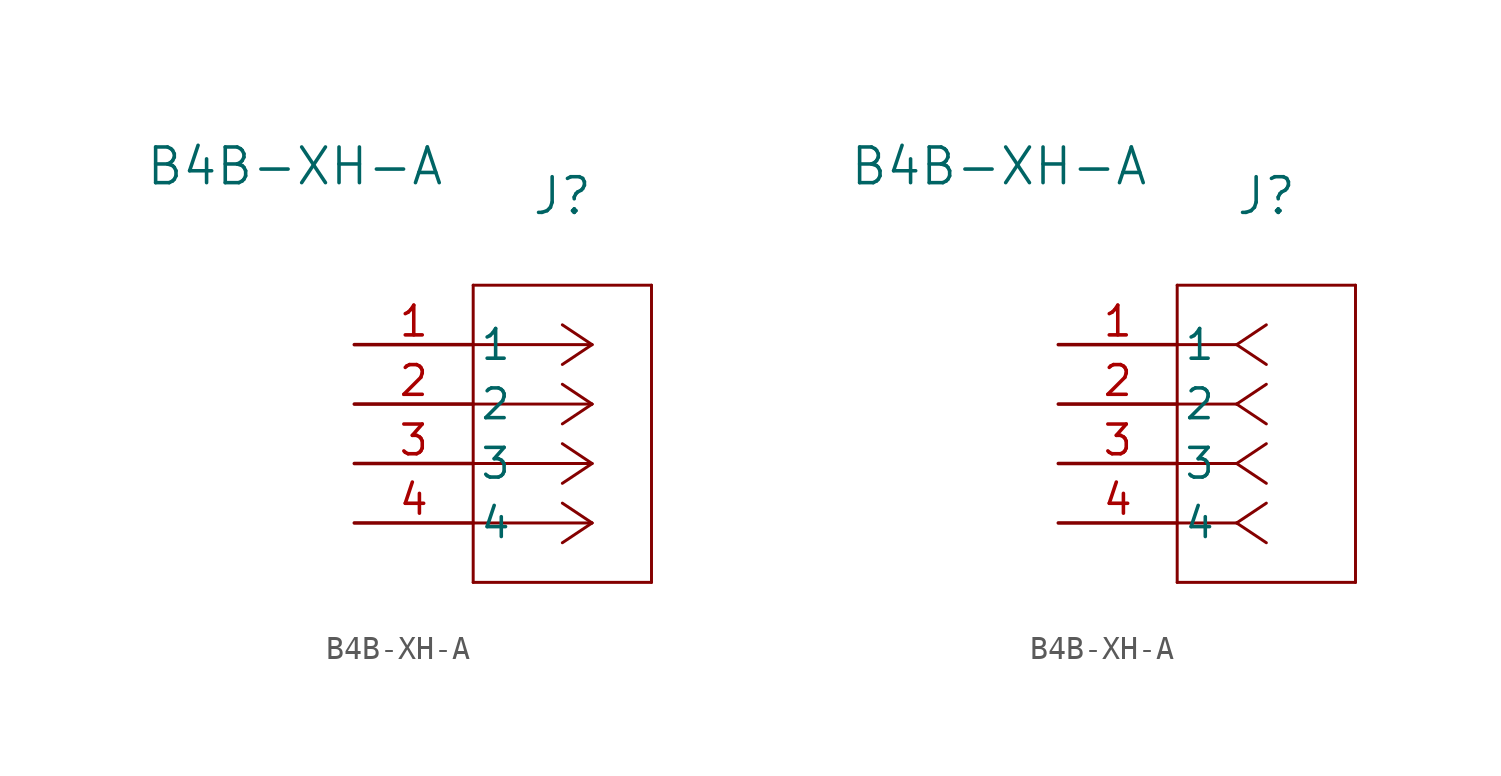
<source format=kicad_sym>
(kicad_symbol_lib
  (version 20220914)
  (generator kicad_symbol_editor)
  (symbol "B4B-XH-A"
    (pin_names
      (offset 0.254))
    (property "Reference" "J"
      (at 8.89 6.35 0)
      (effects (font (size 1.524 1.524))))
    (property "Value" "B4B-XH-A"
      (at -2.54 7.62 0)
      (effects (font (size 1.524 1.524))))
    (property "ki_locked" ""
      (at 0 0 0)
      (effects (font (size 1.27 1.27))))
    (symbol "B4B-XH-A_1_1"
      (polyline (pts (xy 5.08 -10.16) (xy 12.7 -10.16)) (stroke (width 0.127) (type default)) (fill (type none)))
      (polyline (pts (xy 5.08 2.54) (xy 5.08 -10.16)) (stroke (width 0.127) (type default)) (fill (type none)))
      (polyline (pts (xy 10.16 -7.62) (xy 5.08 -7.62)) (stroke (width 0.127) (type default)) (fill (type none)))
      (polyline (pts (xy 10.16 -7.62) (xy 8.89 -8.467)) (stroke (width 0.127) (type default)) (fill (type none)))
      (polyline (pts (xy 10.16 -7.62) (xy 8.89 -6.773)) (stroke (width 0.127) (type default)) (fill (type none)))
      (polyline (pts (xy 10.16 -5.08) (xy 5.08 -5.08)) (stroke (width 0.127) (type default)) (fill (type none)))
      (polyline (pts (xy 10.16 -5.08) (xy 8.89 -5.927)) (stroke (width 0.127) (type default)) (fill (type none)))
      (polyline (pts (xy 10.16 -5.08) (xy 8.89 -4.233)) (stroke (width 0.127) (type default)) (fill (type none)))
      (polyline (pts (xy 10.16 -2.54) (xy 5.08 -2.54)) (stroke (width 0.127) (type default)) (fill (type none)))
      (polyline (pts (xy 10.16 -2.54) (xy 8.89 -3.387)) (stroke (width 0.127) (type default)) (fill (type none)))
      (polyline (pts (xy 10.16 -2.54) (xy 8.89 -1.693)) (stroke (width 0.127) (type default)) (fill (type none)))
      (polyline (pts (xy 10.16 0) (xy 5.08 0)) (stroke (width 0.127) (type default)) (fill (type none)))
      (polyline (pts (xy 10.16 0) (xy 8.89 -0.847)) (stroke (width 0.127) (type default)) (fill (type none)))
      (polyline (pts (xy 10.16 0) (xy 8.89 0.847)) (stroke (width 0.127) (type default)) (fill (type none)))
      (polyline (pts (xy 12.7 -10.16) (xy 12.7 2.54)) (stroke (width 0.127) (type default)) (fill (type none)))
      (polyline (pts (xy 12.7 2.54) (xy 5.08 2.54)) (stroke (width 0.127) (type default)) (fill (type none)))
      (pin passive line (at 0 0 0) (length 5.08) (name "1" (effects (font (size 1.27 1.27)))) (number "1" (effects (font (size 1.27 1.27)))))
      (pin passive line (at 0 -2.54 0) (length 5.08) (name "2" (effects (font (size 1.27 1.27)))) (number "2" (effects (font (size 1.27 1.27)))))
      (pin passive line (at 0 -5.08 0) (length 5.08) (name "3" (effects (font (size 1.27 1.27)))) (number "3" (effects (font (size 1.27 1.27)))))
      (pin passive line (at 0 -7.62 0) (length 5.08) (name "4" (effects (font (size 1.27 1.27)))) (number "4" (effects (font (size 1.27 1.27))))))
    (symbol "B4B-XH-A_1_2"
      (polyline (pts (xy 5.08 -10.16) (xy 12.7 -10.16)) (stroke (width 0.127) (type default)) (fill (type none)))
      (polyline (pts (xy 5.08 2.54) (xy 5.08 -10.16)) (stroke (width 0.127) (type default)) (fill (type none)))
      (polyline (pts (xy 7.62 -7.62) (xy 5.08 -7.62)) (stroke (width 0.127) (type default)) (fill (type none)))
      (polyline (pts (xy 7.62 -7.62) (xy 8.89 -8.467)) (stroke (width 0.127) (type default)) (fill (type none)))
      (polyline (pts (xy 7.62 -7.62) (xy 8.89 -6.773)) (stroke (width 0.127) (type default)) (fill (type none)))
      (polyline (pts (xy 7.62 -5.08) (xy 5.08 -5.08)) (stroke (width 0.127) (type default)) (fill (type none)))
      (polyline (pts (xy 7.62 -5.08) (xy 8.89 -5.927)) (stroke (width 0.127) (type default)) (fill (type none)))
      (polyline (pts (xy 7.62 -5.08) (xy 8.89 -4.233)) (stroke (width 0.127) (type default)) (fill (type none)))
      (polyline (pts (xy 7.62 -2.54) (xy 5.08 -2.54)) (stroke (width 0.127) (type default)) (fill (type none)))
      (polyline (pts (xy 7.62 -2.54) (xy 8.89 -3.387)) (stroke (width 0.127) (type default)) (fill (type none)))
      (polyline (pts (xy 7.62 -2.54) (xy 8.89 -1.693)) (stroke (width 0.127) (type default)) (fill (type none)))
      (polyline (pts (xy 7.62 0) (xy 5.08 0)) (stroke (width 0.127) (type default)) (fill (type none)))
      (polyline (pts (xy 7.62 0) (xy 8.89 -0.847)) (stroke (width 0.127) (type default)) (fill (type none)))
      (polyline (pts (xy 7.62 0) (xy 8.89 0.847)) (stroke (width 0.127) (type default)) (fill (type none)))
      (polyline (pts (xy 12.7 -10.16) (xy 12.7 2.54)) (stroke (width 0.127) (type default)) (fill (type none)))
      (polyline (pts (xy 12.7 2.54) (xy 5.08 2.54)) (stroke (width 0.127) (type default)) (fill (type none)))
      (pin unspecified line (at 0 0 0) (length 5.08) (name "1" (effects (font (size 1.27 1.27)))) (number "1" (effects (font (size 1.27 1.27)))))
      (pin unspecified line (at 0 -2.54 0) (length 5.08) (name "2" (effects (font (size 1.27 1.27)))) (number "2" (effects (font (size 1.27 1.27)))))
      (pin unspecified line (at 0 -5.08 0) (length 5.08) (name "3" (effects (font (size 1.27 1.27)))) (number "3" (effects (font (size 1.27 1.27)))))
      (pin unspecified line (at 0 -7.62 0) (length 5.08) (name "4" (effects (font (size 1.27 1.27)))) (number "4" (effects (font (size 1.27 1.27))))))))
</source>
